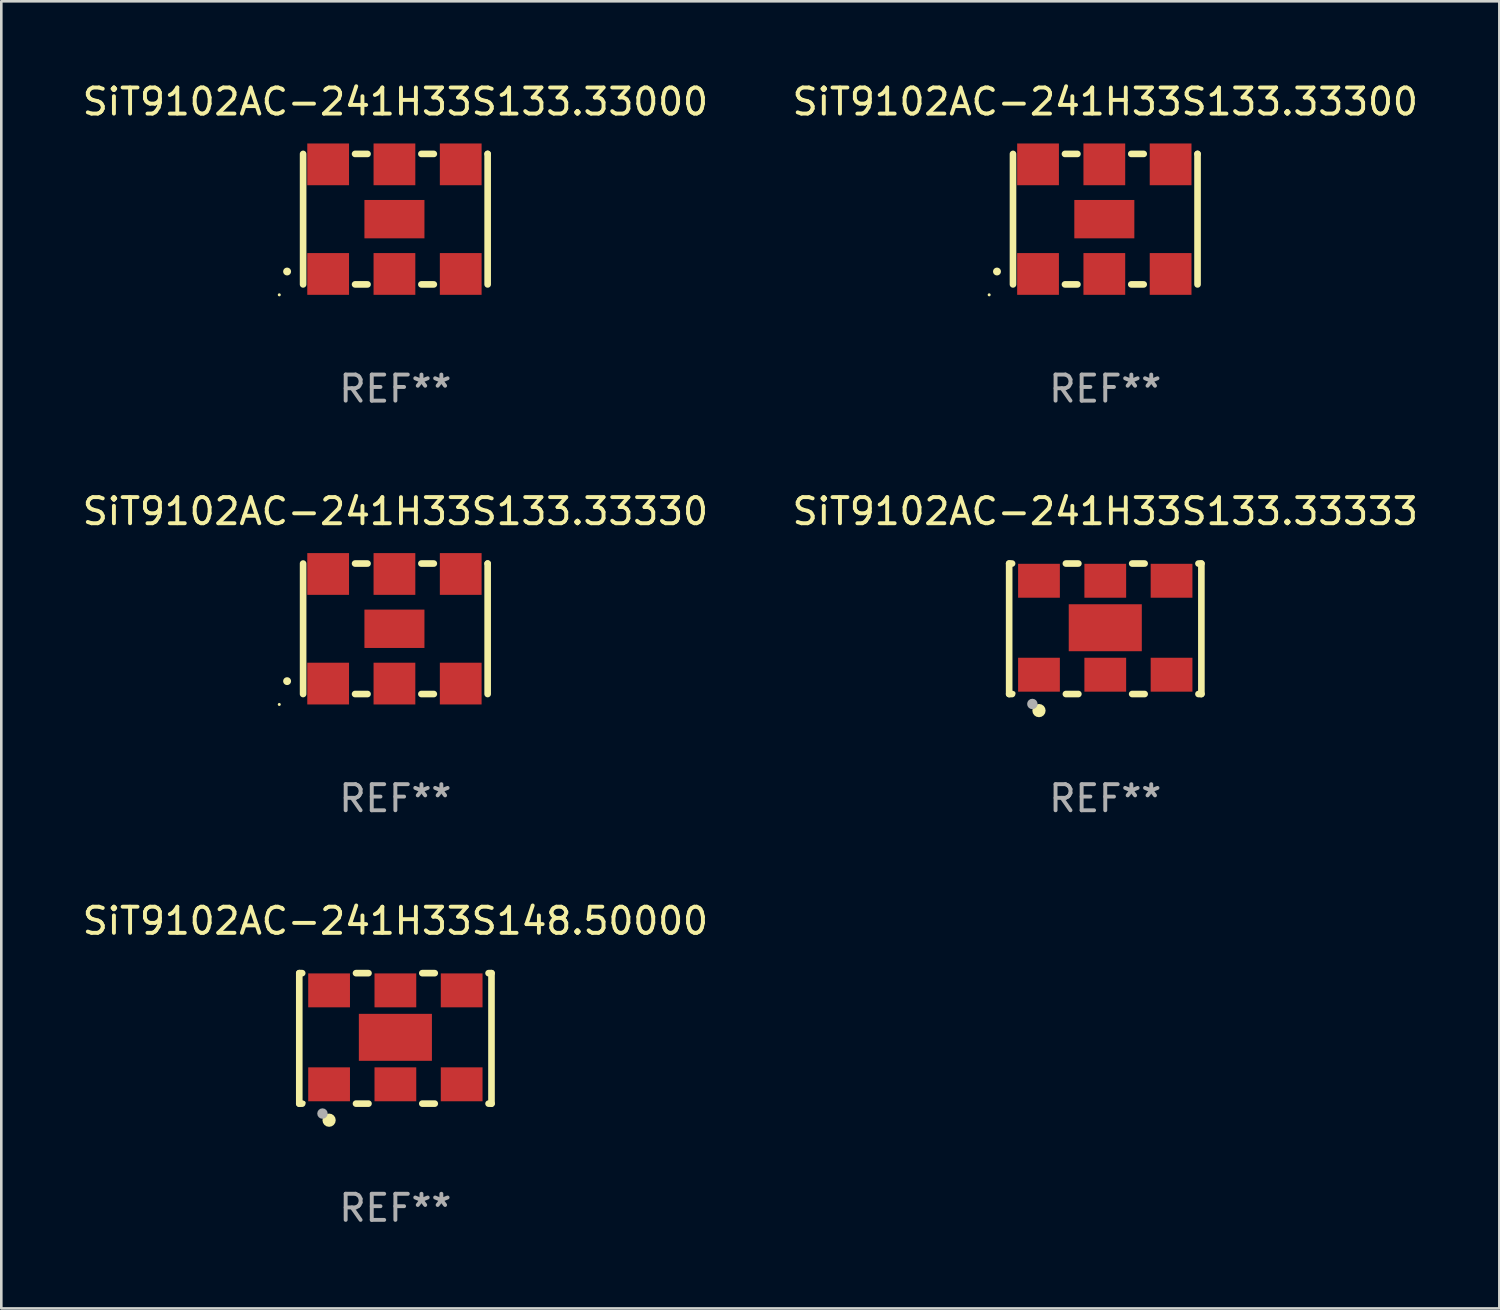
<source format=kicad_pcb>
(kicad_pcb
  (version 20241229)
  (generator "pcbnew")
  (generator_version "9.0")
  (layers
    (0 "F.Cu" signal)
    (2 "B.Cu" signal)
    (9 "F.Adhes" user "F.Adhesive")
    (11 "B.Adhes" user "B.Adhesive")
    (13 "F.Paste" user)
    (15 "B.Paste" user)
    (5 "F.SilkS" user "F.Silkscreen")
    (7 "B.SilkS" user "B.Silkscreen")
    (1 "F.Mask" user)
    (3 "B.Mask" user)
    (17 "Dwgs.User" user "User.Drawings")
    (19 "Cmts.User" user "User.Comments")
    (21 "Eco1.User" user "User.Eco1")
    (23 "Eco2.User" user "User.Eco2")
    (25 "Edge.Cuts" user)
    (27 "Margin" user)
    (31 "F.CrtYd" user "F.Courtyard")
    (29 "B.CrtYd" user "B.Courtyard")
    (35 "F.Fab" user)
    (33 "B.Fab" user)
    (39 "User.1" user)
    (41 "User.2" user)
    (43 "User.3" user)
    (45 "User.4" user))
  (footprint "SiT9102AC-241H33S133.33300"
    (layer "F.Cu")
    (at 39.304 5.348)
    (property "Reference" "SiT9102AC-241H33S133.33300" (at 0 -4.5 0) (layer "F.SilkS") (effects (font (size 1 1) (thickness 0.15))))
    (attr through_hole)
    (fp_line (start -3.536 -2.5) (end -3.536 2.5) (stroke (width 0.254) (type solid)) (layer "F.SilkS"))
    (fp_line (start -1.544 2.5) (end -1.067 2.5) (stroke (width 0.254) (type solid)) (layer "F.SilkS"))
    (fp_line (start -1.067 -2.5) (end -1.544 -2.5) (stroke (width 0.254) (type solid)) (layer "F.SilkS"))
    (fp_line (start 0.996 2.5) (end 1.473 2.5) (stroke (width 0.254) (type solid)) (layer "F.SilkS"))
    (fp_line (start 1.473 -2.5) (end 0.996 -2.5) (stroke (width 0.254) (type solid)) (layer "F.SilkS"))
    (fp_line (start 3.536 -2.5) (end 3.536 -2.5) (stroke (width 0.254) (type solid)) (layer "F.SilkS"))
    (fp_line (start 3.536 2.5) (end 3.536 -2.5) (stroke (width 0.254) (type solid)) (layer "F.SilkS"))
    (fp_arc (start -4.150432 2.006604) (mid -4.149162 2.006599) (end -4.147892 2.006604) (stroke (width 0.3) (type solid)) (layer "F.SilkS"))
    (fp_circle (center -4.449 2.9) (end -4.419 2.9) (stroke (width 0.06) (type solid)) (fill no) (layer "F.SilkS"))
    (fp_text user "REF**" (at 0 6.5 0) (layer "F.Fab") (effects (font (size 1 1) (thickness 0.15))))
    (pad "1" smd rect (at -2.576 2.1) (size 1.6 1.6) (layers "F.Cu" "F.Mask" "F.Paste"))
    (pad "2" smd rect (at -0.036 2.1) (size 1.6 1.6) (layers "F.Cu" "F.Mask" "F.Paste"))
    (pad "3" smd rect (at 2.504 2.1) (size 1.6 1.6) (layers "F.Cu" "F.Mask" "F.Paste"))
    (pad "4" smd rect (at 2.504 -2.1) (size 1.6 1.6) (layers "F.Cu" "F.Mask" "F.Paste"))
    (pad "5" smd rect (at -0.036 -2.1) (size 1.6 1.6) (layers "F.Cu" "F.Mask" "F.Paste"))
    (pad "6" smd rect (at -2.576 -2.1) (size 1.6 1.6) (layers "F.Cu" "F.Mask" "F.Paste"))
    (pad "7" smd rect (at -0.036 0) (size 2.3 1.47) (layers "F.Cu" "F.Mask" "F.Paste")))
  (footprint "SiT9102AC-241H33S148.50000"
    (layer "F.Cu")
    (at 12.101 36.741)
    (property "Reference" "SiT9102AC-241H33S148.50000" (at 0 -4.5 0) (layer "F.SilkS") (effects (font (size 1 1) (thickness 0.15))))
    (attr through_hole)
    (fp_line (start -3.683 -2.5) (end -3.571 -2.5) (stroke (width 0.254) (type solid)) (layer "F.SilkS"))
    (fp_line (start -3.683 2.5) (end -3.683 -2.5) (stroke (width 0.254) (type solid)) (layer "F.SilkS"))
    (fp_line (start -3.683 2.5) (end -3.571 2.5) (stroke (width 0.254) (type solid)) (layer "F.SilkS"))
    (fp_line (start -1.509 -2.5) (end -1.031 -2.5) (stroke (width 0.254) (type solid)) (layer "F.SilkS"))
    (fp_line (start -1.509 2.5) (end -1.031 2.5) (stroke (width 0.254) (type solid)) (layer "F.SilkS"))
    (fp_line (start 1.031 -2.5) (end 1.509 -2.5) (stroke (width 0.254) (type solid)) (layer "F.SilkS"))
    (fp_line (start 1.031 2.5) (end 1.509 2.5) (stroke (width 0.254) (type solid)) (layer "F.SilkS"))
    (fp_line (start 3.571 -2.5) (end 3.683 -2.5) (stroke (width 0.254) (type solid)) (layer "F.SilkS"))
    (fp_line (start 3.571 2.5) (end 3.683 2.5) (stroke (width 0.254) (type solid)) (layer "F.SilkS"))
    (fp_line (start 3.683 2.5) (end 3.683 -2.5) (stroke (width 0.254) (type solid)) (layer "F.SilkS"))
    (fp_circle (center -3.5 2.46) (end -3.47 2.46) (stroke (width 0.06) (type solid)) (fill no) (layer "F.SilkS"))
    (fp_circle (center -2.54 3.135) (end -2.413 3.135) (stroke (width 0.254) (type solid)) (fill no) (layer "F.SilkS"))
    (fp_circle (center -2.794 2.881) (end -2.694 2.881) (stroke (width 0.2) (type solid)) (fill no) (layer "F.Fab"))
    (fp_text user "REF**" (at 0 6.5 0) (layer "F.Fab") (effects (font (size 1 1) (thickness 0.15))))
    (pad "1" smd rect (at -2.54 1.76) (size 1.6 1.3) (layers "F.Cu" "F.Mask" "F.Paste"))
    (pad "2" smd rect (at 0 1.76) (size 1.6 1.3) (layers "F.Cu" "F.Mask" "F.Paste"))
    (pad "3" smd rect (at 2.54 1.76) (size 1.6 1.3) (layers "F.Cu" "F.Mask" "F.Paste"))
    (pad "4" smd rect (at 2.54 -1.84) (size 1.6 1.3) (layers "F.Cu" "F.Mask" "F.Paste"))
    (pad "5" smd rect (at 0 -1.84) (size 1.6 1.3) (layers "F.Cu" "F.Mask" "F.Paste"))
    (pad "6" smd rect (at -2.54 -1.84) (size 1.6 1.3) (layers "F.Cu" "F.Mask" "F.Paste"))
    (pad "7" smd rect (at 0 -0.04) (size 2.8 1.8) (layers "F.Cu" "F.Mask" "F.Paste")))
  (footprint "SiT9102AC-241H33S133.33333"
    (layer "F.Cu")
    (at 39.304 21.045)
    (property "Reference" "SiT9102AC-241H33S133.33333" (at 0 -4.5 0) (layer "F.SilkS") (effects (font (size 1 1) (thickness 0.15))))
    (attr through_hole)
    (fp_line (start -3.683 -2.5) (end -3.571 -2.5) (stroke (width 0.254) (type solid)) (layer "F.SilkS"))
    (fp_line (start -3.683 2.5) (end -3.683 -2.5) (stroke (width 0.254) (type solid)) (layer "F.SilkS"))
    (fp_line (start -3.683 2.5) (end -3.571 2.5) (stroke (width 0.254) (type solid)) (layer "F.SilkS"))
    (fp_line (start -1.509 -2.5) (end -1.031 -2.5) (stroke (width 0.254) (type solid)) (layer "F.SilkS"))
    (fp_line (start -1.509 2.5) (end -1.031 2.5) (stroke (width 0.254) (type solid)) (layer "F.SilkS"))
    (fp_line (start 1.031 -2.5) (end 1.509 -2.5) (stroke (width 0.254) (type solid)) (layer "F.SilkS"))
    (fp_line (start 1.031 2.5) (end 1.509 2.5) (stroke (width 0.254) (type solid)) (layer "F.SilkS"))
    (fp_line (start 3.571 -2.5) (end 3.683 -2.5) (stroke (width 0.254) (type solid)) (layer "F.SilkS"))
    (fp_line (start 3.571 2.5) (end 3.683 2.5) (stroke (width 0.254) (type solid)) (layer "F.SilkS"))
    (fp_line (start 3.683 2.5) (end 3.683 -2.5) (stroke (width 0.254) (type solid)) (layer "F.SilkS"))
    (fp_circle (center -3.5 2.46) (end -3.47 2.46) (stroke (width 0.06) (type solid)) (fill no) (layer "F.SilkS"))
    (fp_circle (center -2.54 3.135) (end -2.413 3.135) (stroke (width 0.254) (type solid)) (fill no) (layer "F.SilkS"))
    (fp_circle (center -2.794 2.881) (end -2.694 2.881) (stroke (width 0.2) (type solid)) (fill no) (layer "F.Fab"))
    (fp_text user "REF**" (at 0 6.5 0) (layer "F.Fab") (effects (font (size 1 1) (thickness 0.15))))
    (pad "1" smd rect (at -2.54 1.76) (size 1.6 1.3) (layers "F.Cu" "F.Mask" "F.Paste"))
    (pad "2" smd rect (at 0 1.76) (size 1.6 1.3) (layers "F.Cu" "F.Mask" "F.Paste"))
    (pad "3" smd rect (at 2.54 1.76) (size 1.6 1.3) (layers "F.Cu" "F.Mask" "F.Paste"))
    (pad "4" smd rect (at 2.54 -1.84) (size 1.6 1.3) (layers "F.Cu" "F.Mask" "F.Paste"))
    (pad "5" smd rect (at 0 -1.84) (size 1.6 1.3) (layers "F.Cu" "F.Mask" "F.Paste"))
    (pad "6" smd rect (at -2.54 -1.84) (size 1.6 1.3) (layers "F.Cu" "F.Mask" "F.Paste"))
    (pad "7" smd rect (at 0 -0.04) (size 2.8 1.8) (layers "F.Cu" "F.Mask" "F.Paste")))
  (footprint "SiT9102AC-241H33S133.33000"
    (layer "F.Cu")
    (at 12.101 5.348)
    (property "Reference" "SiT9102AC-241H33S133.33000" (at 0 -4.5 0) (layer "F.SilkS") (effects (font (size 1 1) (thickness 0.15))))
    (attr through_hole)
    (fp_line (start -3.536 -2.5) (end -3.536 2.5) (stroke (width 0.254) (type solid)) (layer "F.SilkS"))
    (fp_line (start -1.544 2.5) (end -1.067 2.5) (stroke (width 0.254) (type solid)) (layer "F.SilkS"))
    (fp_line (start -1.067 -2.5) (end -1.544 -2.5) (stroke (width 0.254) (type solid)) (layer "F.SilkS"))
    (fp_line (start 0.996 2.5) (end 1.473 2.5) (stroke (width 0.254) (type solid)) (layer "F.SilkS"))
    (fp_line (start 1.473 -2.5) (end 0.996 -2.5) (stroke (width 0.254) (type solid)) (layer "F.SilkS"))
    (fp_line (start 3.536 -2.5) (end 3.536 -2.5) (stroke (width 0.254) (type solid)) (layer "F.SilkS"))
    (fp_line (start 3.536 2.5) (end 3.536 -2.5) (stroke (width 0.254) (type solid)) (layer "F.SilkS"))
    (fp_arc (start -4.150432 2.006604) (mid -4.149162 2.006599) (end -4.147892 2.006604) (stroke (width 0.3) (type solid)) (layer "F.SilkS"))
    (fp_circle (center -4.449 2.9) (end -4.419 2.9) (stroke (width 0.06) (type solid)) (fill no) (layer "F.SilkS"))
    (fp_text user "REF**" (at 0 6.5 0) (layer "F.Fab") (effects (font (size 1 1) (thickness 0.15))))
    (pad "1" smd rect (at -2.576 2.1) (size 1.6 1.6) (layers "F.Cu" "F.Mask" "F.Paste"))
    (pad "2" smd rect (at -0.036 2.1) (size 1.6 1.6) (layers "F.Cu" "F.Mask" "F.Paste"))
    (pad "3" smd rect (at 2.504 2.1) (size 1.6 1.6) (layers "F.Cu" "F.Mask" "F.Paste"))
    (pad "4" smd rect (at 2.504 -2.1) (size 1.6 1.6) (layers "F.Cu" "F.Mask" "F.Paste"))
    (pad "5" smd rect (at -0.036 -2.1) (size 1.6 1.6) (layers "F.Cu" "F.Mask" "F.Paste"))
    (pad "6" smd rect (at -2.576 -2.1) (size 1.6 1.6) (layers "F.Cu" "F.Mask" "F.Paste"))
    (pad "7" smd rect (at -0.036 0) (size 2.3 1.47) (layers "F.Cu" "F.Mask" "F.Paste")))
  (footprint "SiT9102AC-241H33S133.33330"
    (layer "F.Cu")
    (at 12.101 21.045)
    (property "Reference" "SiT9102AC-241H33S133.33330" (at 0 -4.5 0) (layer "F.SilkS") (effects (font (size 1 1) (thickness 0.15))))
    (attr through_hole)
    (fp_line (start -3.536 -2.5) (end -3.536 2.5) (stroke (width 0.254) (type solid)) (layer "F.SilkS"))
    (fp_line (start -1.544 2.5) (end -1.067 2.5) (stroke (width 0.254) (type solid)) (layer "F.SilkS"))
    (fp_line (start -1.067 -2.5) (end -1.544 -2.5) (stroke (width 0.254) (type solid)) (layer "F.SilkS"))
    (fp_line (start 0.996 2.5) (end 1.473 2.5) (stroke (width 0.254) (type solid)) (layer "F.SilkS"))
    (fp_line (start 1.473 -2.5) (end 0.996 -2.5) (stroke (width 0.254) (type solid)) (layer "F.SilkS"))
    (fp_line (start 3.536 -2.5) (end 3.536 -2.5) (stroke (width 0.254) (type solid)) (layer "F.SilkS"))
    (fp_line (start 3.536 2.5) (end 3.536 -2.5) (stroke (width 0.254) (type solid)) (layer "F.SilkS"))
    (fp_arc (start -4.150432 2.006604) (mid -4.149162 2.006599) (end -4.147892 2.006604) (stroke (width 0.3) (type solid)) (layer "F.SilkS"))
    (fp_circle (center -4.449 2.9) (end -4.419 2.9) (stroke (width 0.06) (type solid)) (fill no) (layer "F.SilkS"))
    (fp_text user "REF**" (at 0 6.5 0) (layer "F.Fab") (effects (font (size 1 1) (thickness 0.15))))
    (pad "1" smd rect (at -2.576 2.1) (size 1.6 1.6) (layers "F.Cu" "F.Mask" "F.Paste"))
    (pad "2" smd rect (at -0.036 2.1) (size 1.6 1.6) (layers "F.Cu" "F.Mask" "F.Paste"))
    (pad "3" smd rect (at 2.504 2.1) (size 1.6 1.6) (layers "F.Cu" "F.Mask" "F.Paste"))
    (pad "4" smd rect (at 2.504 -2.1) (size 1.6 1.6) (layers "F.Cu" "F.Mask" "F.Paste"))
    (pad "5" smd rect (at -0.036 -2.1) (size 1.6 1.6) (layers "F.Cu" "F.Mask" "F.Paste"))
    (pad "6" smd rect (at -2.576 -2.1) (size 1.6 1.6) (layers "F.Cu" "F.Mask" "F.Paste"))
    (pad "7" smd rect (at -0.036 0) (size 2.3 1.47) (layers "F.Cu" "F.Mask" "F.Paste")))
  (gr_rect
    (start -3 -3)
    (end 54.405 47.09)
    (stroke (width 0.1) (type default))
    (fill no)
    (layer "Edge.Cuts")))
</source>
